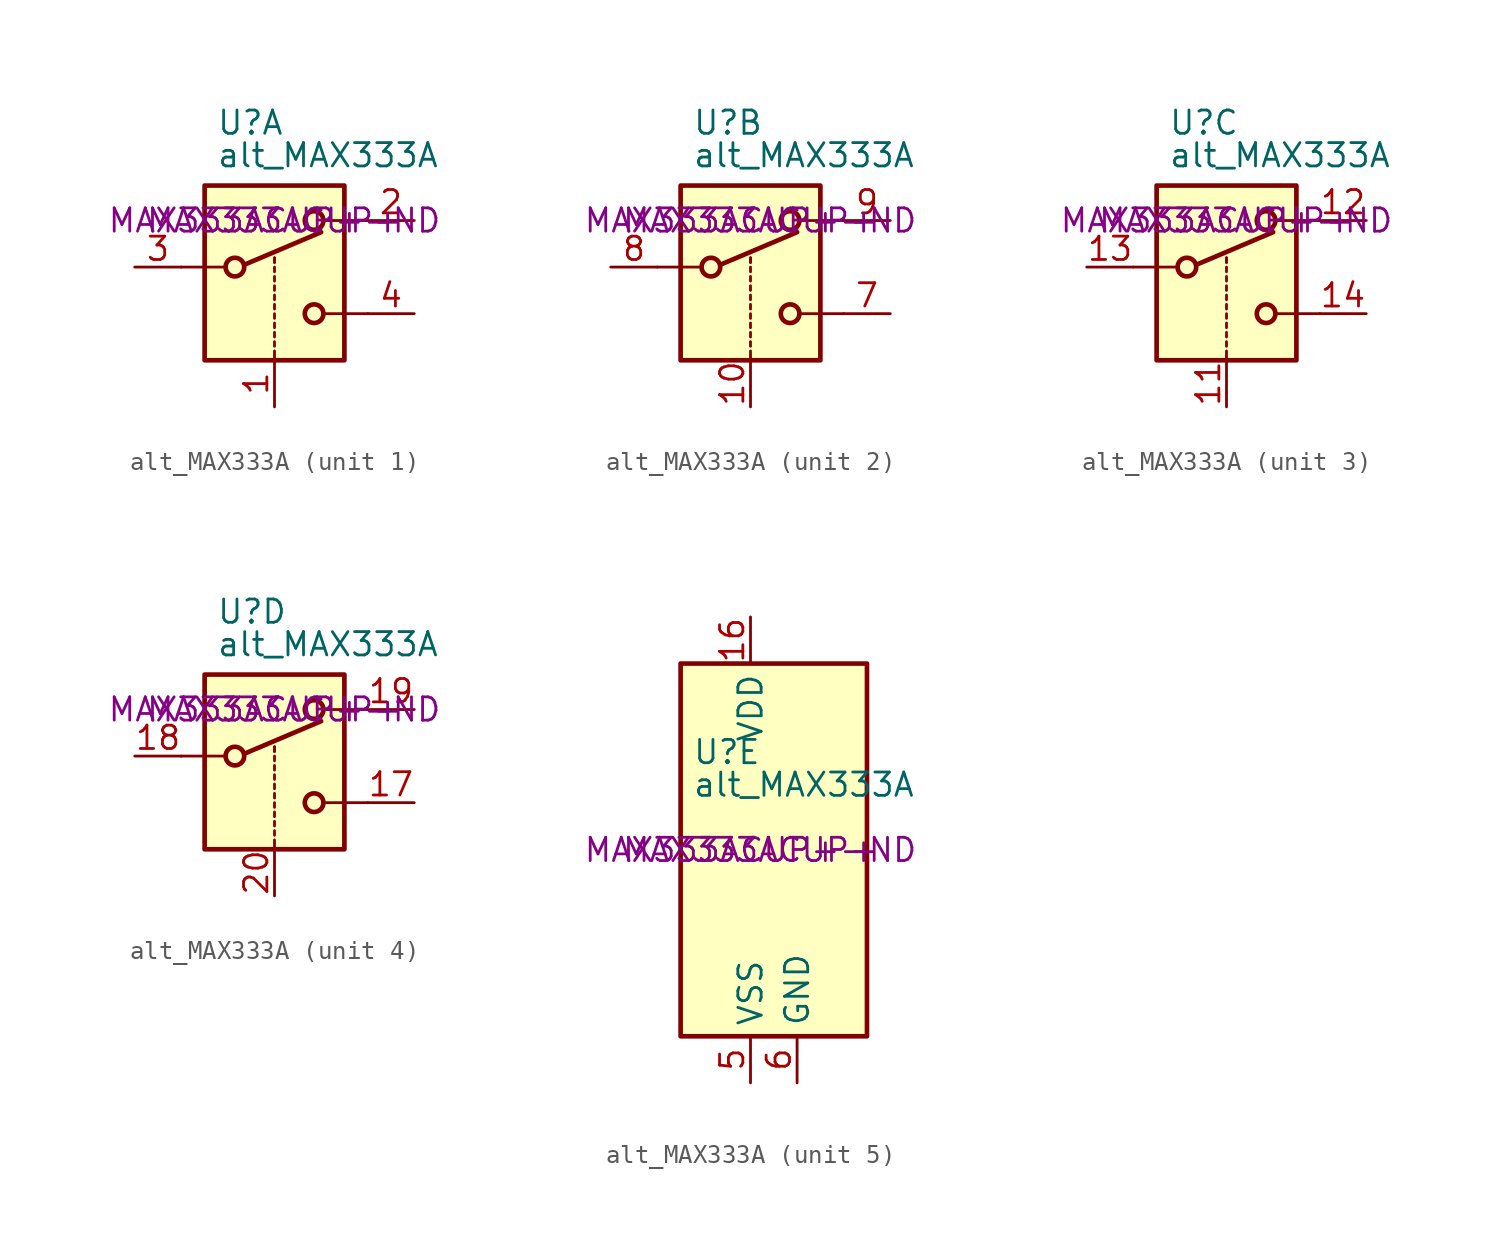
<source format=kicad_sym>
(kicad_symbol_lib
  (version 20211014)
  (generator kicad_symbol_editor)
  (symbol "alt_MAX333A"
    (property "Reference" "U"
      (at -3.175 5.334 0)
      (effects (font (size 1.27 1.27)) (justify left)))
    (property "Value" "alt_MAX333A"
      (at -3.175 3.556 0)
      (effects (font (size 1.27 1.27)) (justify left)))
    (property "Digikey" "MAX333ACUP+-ND"
      (at 0 0 0)
      (effects (font (size 1.27 1.27))))
    (property "Manufacturer" "MAX333ACUP+"
      (at 0 0 0)
      (effects (font (size 1.27 1.27))))
    (symbol "alt_MAX333A_1_1"
      (rectangle (start -3.81 1.905) (end 3.81 -7.62) (stroke (width 0.254) (type default) (color 0 0 0 0)) (fill (type background)))
      (circle (center -2.159 -2.54) (radius 0.508) (stroke (width 0.254) (type default) (color 0 0 0 0)) (fill (type none)))
      (polyline (pts (xy -5.08 -2.54) (xy -2.794 -2.54)) (stroke (width 0) (type default) (color 0 0 0 0)) (fill (type none)))
      (polyline (pts (xy -1.651 -2.413) (xy 2.54 -0.635)) (stroke (width 0.254) (type default) (color 0 0 0 0)) (fill (type none)))
      (polyline (pts (xy 0 -7.62) (xy 0 -7.112)) (stroke (width 0) (type default) (color 0 0 0 0)) (fill (type none)))
      (polyline (pts (xy 0 -6.858) (xy 0 -6.604)) (stroke (width 0) (type default) (color 0 0 0 0)) (fill (type none)))
      (polyline (pts (xy 0 -6.35) (xy 0 -6.096)) (stroke (width 0) (type default) (color 0 0 0 0)) (fill (type none)))
      (polyline (pts (xy 0 -5.842) (xy 0 -5.588)) (stroke (width 0) (type default) (color 0 0 0 0)) (fill (type none)))
      (polyline (pts (xy 0 -5.334) (xy 0 -5.08)) (stroke (width 0) (type default) (color 0 0 0 0)) (fill (type none)))
      (polyline (pts (xy 0 -4.826) (xy 0 -4.572)) (stroke (width 0) (type default) (color 0 0 0 0)) (fill (type none)))
      (polyline (pts (xy 0 -4.318) (xy 0 -4.064)) (stroke (width 0) (type default) (color 0 0 0 0)) (fill (type none)))
      (polyline (pts (xy 0 -3.81) (xy 0 -3.556)) (stroke (width 0) (type default) (color 0 0 0 0)) (fill (type none)))
      (polyline (pts (xy 0 -3.302) (xy 0 -3.048)) (stroke (width 0) (type default) (color 0 0 0 0)) (fill (type none)))
      (polyline (pts (xy 0 -2.794) (xy 0 -2.54)) (stroke (width 0) (type default) (color 0 0 0 0)) (fill (type none)))
      (polyline (pts (xy 0 -2.286) (xy 0 -2.032)) (stroke (width 0) (type default) (color 0 0 0 0)) (fill (type none)))
      (polyline (pts (xy 0 -2.286) (xy 0 -2.032)) (stroke (width 0) (type default) (color 0 0 0 0)) (fill (type none)))
      (polyline (pts (xy 5.08 -5.08) (xy 2.794 -5.08)) (stroke (width 0) (type default) (color 0 0 0 0)) (fill (type none)))
      (polyline (pts (xy 5.08 0) (xy 2.794 0)) (stroke (width 0) (type default) (color 0 0 0 0)) (fill (type none)))
      (circle (center 2.159 -5.08) (radius 0.508) (stroke (width 0.254) (type default) (color 0 0 0 0)) (fill (type none)))
      (circle (center 2.159 0) (radius 0.508) (stroke (width 0.254) (type default) (color 0 0 0 0)) (fill (type none)))
      (pin input line (at 0 -10.16 90) (length 2.54) (name "~" (effects (font (size 1.27 1.27)))) (number "1" (effects (font (size 1.27 1.27)))))
      (pin passive line (at 7.62 0 180) (length 2.54) (name "~" (effects (font (size 1.27 1.27)))) (number "2" (effects (font (size 1.27 1.27)))))
      (pin passive line (at -7.62 -2.54 0) (length 2.54) (name "~" (effects (font (size 1.27 1.27)))) (number "3" (effects (font (size 1.27 1.27)))))
      (pin passive line (at 7.62 -5.08 180) (length 2.54) (name "~" (effects (font (size 1.27 1.27)))) (number "4" (effects (font (size 1.27 1.27))))))
    (symbol "alt_MAX333A_2_1"
      (rectangle (start -3.81 1.905) (end 3.81 -7.62) (stroke (width 0.254) (type default) (color 0 0 0 0)) (fill (type background)))
      (circle (center -2.159 -2.54) (radius 0.508) (stroke (width 0.254) (type default) (color 0 0 0 0)) (fill (type none)))
      (polyline (pts (xy -5.08 -2.54) (xy -2.794 -2.54)) (stroke (width 0) (type default) (color 0 0 0 0)) (fill (type none)))
      (polyline (pts (xy -1.651 -2.413) (xy 2.54 -0.635)) (stroke (width 0.254) (type default) (color 0 0 0 0)) (fill (type none)))
      (polyline (pts (xy 0 -7.62) (xy 0 -7.112)) (stroke (width 0) (type default) (color 0 0 0 0)) (fill (type none)))
      (polyline (pts (xy 0 -6.858) (xy 0 -6.604)) (stroke (width 0) (type default) (color 0 0 0 0)) (fill (type none)))
      (polyline (pts (xy 0 -6.35) (xy 0 -6.096)) (stroke (width 0) (type default) (color 0 0 0 0)) (fill (type none)))
      (polyline (pts (xy 0 -5.842) (xy 0 -5.588)) (stroke (width 0) (type default) (color 0 0 0 0)) (fill (type none)))
      (polyline (pts (xy 0 -5.334) (xy 0 -5.08)) (stroke (width 0) (type default) (color 0 0 0 0)) (fill (type none)))
      (polyline (pts (xy 0 -4.826) (xy 0 -4.572)) (stroke (width 0) (type default) (color 0 0 0 0)) (fill (type none)))
      (polyline (pts (xy 0 -4.318) (xy 0 -4.064)) (stroke (width 0) (type default) (color 0 0 0 0)) (fill (type none)))
      (polyline (pts (xy 0 -3.81) (xy 0 -3.556)) (stroke (width 0) (type default) (color 0 0 0 0)) (fill (type none)))
      (polyline (pts (xy 0 -3.302) (xy 0 -3.048)) (stroke (width 0) (type default) (color 0 0 0 0)) (fill (type none)))
      (polyline (pts (xy 0 -2.794) (xy 0 -2.54)) (stroke (width 0) (type default) (color 0 0 0 0)) (fill (type none)))
      (polyline (pts (xy 0 -2.286) (xy 0 -2.032)) (stroke (width 0) (type default) (color 0 0 0 0)) (fill (type none)))
      (polyline (pts (xy 0 -2.286) (xy 0 -2.032)) (stroke (width 0) (type default) (color 0 0 0 0)) (fill (type none)))
      (polyline (pts (xy 5.08 -5.08) (xy 2.794 -5.08)) (stroke (width 0) (type default) (color 0 0 0 0)) (fill (type none)))
      (polyline (pts (xy 5.08 0) (xy 2.794 0)) (stroke (width 0) (type default) (color 0 0 0 0)) (fill (type none)))
      (circle (center 2.159 -5.08) (radius 0.508) (stroke (width 0.254) (type default) (color 0 0 0 0)) (fill (type none)))
      (circle (center 2.159 0) (radius 0.508) (stroke (width 0.254) (type default) (color 0 0 0 0)) (fill (type none)))
      (pin input line (at 0 -10.16 90) (length 2.54) (name "~" (effects (font (size 1.27 1.27)))) (number "10" (effects (font (size 1.27 1.27)))))
      (pin passive line (at 7.62 -5.08 180) (length 2.54) (name "~" (effects (font (size 1.27 1.27)))) (number "7" (effects (font (size 1.27 1.27)))))
      (pin passive line (at -7.62 -2.54 0) (length 2.54) (name "~" (effects (font (size 1.27 1.27)))) (number "8" (effects (font (size 1.27 1.27)))))
      (pin passive line (at 7.62 0 180) (length 2.54) (name "~" (effects (font (size 1.27 1.27)))) (number "9" (effects (font (size 1.27 1.27))))))
    (symbol "alt_MAX333A_3_1"
      (rectangle (start -3.81 1.905) (end 3.81 -7.62) (stroke (width 0.254) (type default) (color 0 0 0 0)) (fill (type background)))
      (circle (center -2.159 -2.54) (radius 0.508) (stroke (width 0.254) (type default) (color 0 0 0 0)) (fill (type none)))
      (polyline (pts (xy -5.08 -2.54) (xy -2.794 -2.54)) (stroke (width 0) (type default) (color 0 0 0 0)) (fill (type none)))
      (polyline (pts (xy -1.651 -2.413) (xy 2.54 -0.635)) (stroke (width 0.254) (type default) (color 0 0 0 0)) (fill (type none)))
      (polyline (pts (xy 0 -7.62) (xy 0 -7.112)) (stroke (width 0) (type default) (color 0 0 0 0)) (fill (type none)))
      (polyline (pts (xy 0 -6.858) (xy 0 -6.604)) (stroke (width 0) (type default) (color 0 0 0 0)) (fill (type none)))
      (polyline (pts (xy 0 -6.35) (xy 0 -6.096)) (stroke (width 0) (type default) (color 0 0 0 0)) (fill (type none)))
      (polyline (pts (xy 0 -5.842) (xy 0 -5.588)) (stroke (width 0) (type default) (color 0 0 0 0)) (fill (type none)))
      (polyline (pts (xy 0 -5.334) (xy 0 -5.08)) (stroke (width 0) (type default) (color 0 0 0 0)) (fill (type none)))
      (polyline (pts (xy 0 -4.826) (xy 0 -4.572)) (stroke (width 0) (type default) (color 0 0 0 0)) (fill (type none)))
      (polyline (pts (xy 0 -4.318) (xy 0 -4.064)) (stroke (width 0) (type default) (color 0 0 0 0)) (fill (type none)))
      (polyline (pts (xy 0 -3.81) (xy 0 -3.556)) (stroke (width 0) (type default) (color 0 0 0 0)) (fill (type none)))
      (polyline (pts (xy 0 -3.302) (xy 0 -3.048)) (stroke (width 0) (type default) (color 0 0 0 0)) (fill (type none)))
      (polyline (pts (xy 0 -2.794) (xy 0 -2.54)) (stroke (width 0) (type default) (color 0 0 0 0)) (fill (type none)))
      (polyline (pts (xy 0 -2.286) (xy 0 -2.032)) (stroke (width 0) (type default) (color 0 0 0 0)) (fill (type none)))
      (polyline (pts (xy 0 -2.286) (xy 0 -2.032)) (stroke (width 0) (type default) (color 0 0 0 0)) (fill (type none)))
      (polyline (pts (xy 5.08 -5.08) (xy 2.794 -5.08)) (stroke (width 0) (type default) (color 0 0 0 0)) (fill (type none)))
      (polyline (pts (xy 5.08 0) (xy 2.794 0)) (stroke (width 0) (type default) (color 0 0 0 0)) (fill (type none)))
      (circle (center 2.159 -5.08) (radius 0.508) (stroke (width 0.254) (type default) (color 0 0 0 0)) (fill (type none)))
      (circle (center 2.159 0) (radius 0.508) (stroke (width 0.254) (type default) (color 0 0 0 0)) (fill (type none)))
      (pin input line (at 0 -10.16 90) (length 2.54) (name "~" (effects (font (size 1.27 1.27)))) (number "11" (effects (font (size 1.27 1.27)))))
      (pin passive line (at 7.62 0 180) (length 2.54) (name "~" (effects (font (size 1.27 1.27)))) (number "12" (effects (font (size 1.27 1.27)))))
      (pin passive line (at -7.62 -2.54 0) (length 2.54) (name "~" (effects (font (size 1.27 1.27)))) (number "13" (effects (font (size 1.27 1.27)))))
      (pin passive line (at 7.62 -5.08 180) (length 2.54) (name "~" (effects (font (size 1.27 1.27)))) (number "14" (effects (font (size 1.27 1.27))))))
    (symbol "alt_MAX333A_4_1"
      (rectangle (start -3.81 1.905) (end 3.81 -7.62) (stroke (width 0.254) (type default) (color 0 0 0 0)) (fill (type background)))
      (circle (center -2.159 -2.54) (radius 0.508) (stroke (width 0.254) (type default) (color 0 0 0 0)) (fill (type none)))
      (polyline (pts (xy -5.08 -2.54) (xy -2.794 -2.54)) (stroke (width 0) (type default) (color 0 0 0 0)) (fill (type none)))
      (polyline (pts (xy -1.651 -2.413) (xy 2.54 -0.635)) (stroke (width 0.254) (type default) (color 0 0 0 0)) (fill (type none)))
      (polyline (pts (xy 0 -7.62) (xy 0 -7.112)) (stroke (width 0) (type default) (color 0 0 0 0)) (fill (type none)))
      (polyline (pts (xy 0 -6.858) (xy 0 -6.604)) (stroke (width 0) (type default) (color 0 0 0 0)) (fill (type none)))
      (polyline (pts (xy 0 -6.35) (xy 0 -6.096)) (stroke (width 0) (type default) (color 0 0 0 0)) (fill (type none)))
      (polyline (pts (xy 0 -5.842) (xy 0 -5.588)) (stroke (width 0) (type default) (color 0 0 0 0)) (fill (type none)))
      (polyline (pts (xy 0 -5.334) (xy 0 -5.08)) (stroke (width 0) (type default) (color 0 0 0 0)) (fill (type none)))
      (polyline (pts (xy 0 -4.826) (xy 0 -4.572)) (stroke (width 0) (type default) (color 0 0 0 0)) (fill (type none)))
      (polyline (pts (xy 0 -4.318) (xy 0 -4.064)) (stroke (width 0) (type default) (color 0 0 0 0)) (fill (type none)))
      (polyline (pts (xy 0 -3.81) (xy 0 -3.556)) (stroke (width 0) (type default) (color 0 0 0 0)) (fill (type none)))
      (polyline (pts (xy 0 -3.302) (xy 0 -3.048)) (stroke (width 0) (type default) (color 0 0 0 0)) (fill (type none)))
      (polyline (pts (xy 0 -2.794) (xy 0 -2.54)) (stroke (width 0) (type default) (color 0 0 0 0)) (fill (type none)))
      (polyline (pts (xy 0 -2.286) (xy 0 -2.032)) (stroke (width 0) (type default) (color 0 0 0 0)) (fill (type none)))
      (polyline (pts (xy 0 -2.286) (xy 0 -2.032)) (stroke (width 0) (type default) (color 0 0 0 0)) (fill (type none)))
      (polyline (pts (xy 5.08 -5.08) (xy 2.794 -5.08)) (stroke (width 0) (type default) (color 0 0 0 0)) (fill (type none)))
      (polyline (pts (xy 5.08 0) (xy 2.794 0)) (stroke (width 0) (type default) (color 0 0 0 0)) (fill (type none)))
      (circle (center 2.159 -5.08) (radius 0.508) (stroke (width 0.254) (type default) (color 0 0 0 0)) (fill (type none)))
      (circle (center 2.159 0) (radius 0.508) (stroke (width 0.254) (type default) (color 0 0 0 0)) (fill (type none)))
      (pin passive line (at 7.62 -5.08 180) (length 2.54) (name "~" (effects (font (size 1.27 1.27)))) (number "17" (effects (font (size 1.27 1.27)))))
      (pin passive line (at -7.62 -2.54 0) (length 2.54) (name "~" (effects (font (size 1.27 1.27)))) (number "18" (effects (font (size 1.27 1.27)))))
      (pin passive line (at 7.62 0 180) (length 2.54) (name "~" (effects (font (size 1.27 1.27)))) (number "19" (effects (font (size 1.27 1.27)))))
      (pin input line (at 0 -10.16 90) (length 2.54) (name "~" (effects (font (size 1.27 1.27)))) (number "20" (effects (font (size 1.27 1.27))))))
    (symbol "alt_MAX333A_5_0"
      (pin no_connect line (at 2.54 10.16 270) (length 2.54) hide (name "NC" (effects (font (size 1.27 1.27)))) (number "15" (effects (font (size 1.27 1.27)))))
      (pin power_in line (at 0 12.7 270) (length 2.54) (name "VDD" (effects (font (size 1.27 1.27)))) (number "16" (effects (font (size 1.27 1.27)))))
      (pin power_in line (at 0 -12.7 90) (length 2.54) (name "VSS" (effects (font (size 1.27 1.27)))) (number "5" (effects (font (size 1.27 1.27)))))
      (pin power_in line (at 2.54 -12.7 90) (length 2.54) (name "GND" (effects (font (size 1.27 1.27)))) (number "6" (effects (font (size 1.27 1.27))))))
    (symbol "alt_MAX333A_5_1"
      (rectangle (start -3.81 10.16) (end 6.35 -10.16) (stroke (width 0.254) (type default) (color 0 0 0 0)) (fill (type background))))))
</source>
